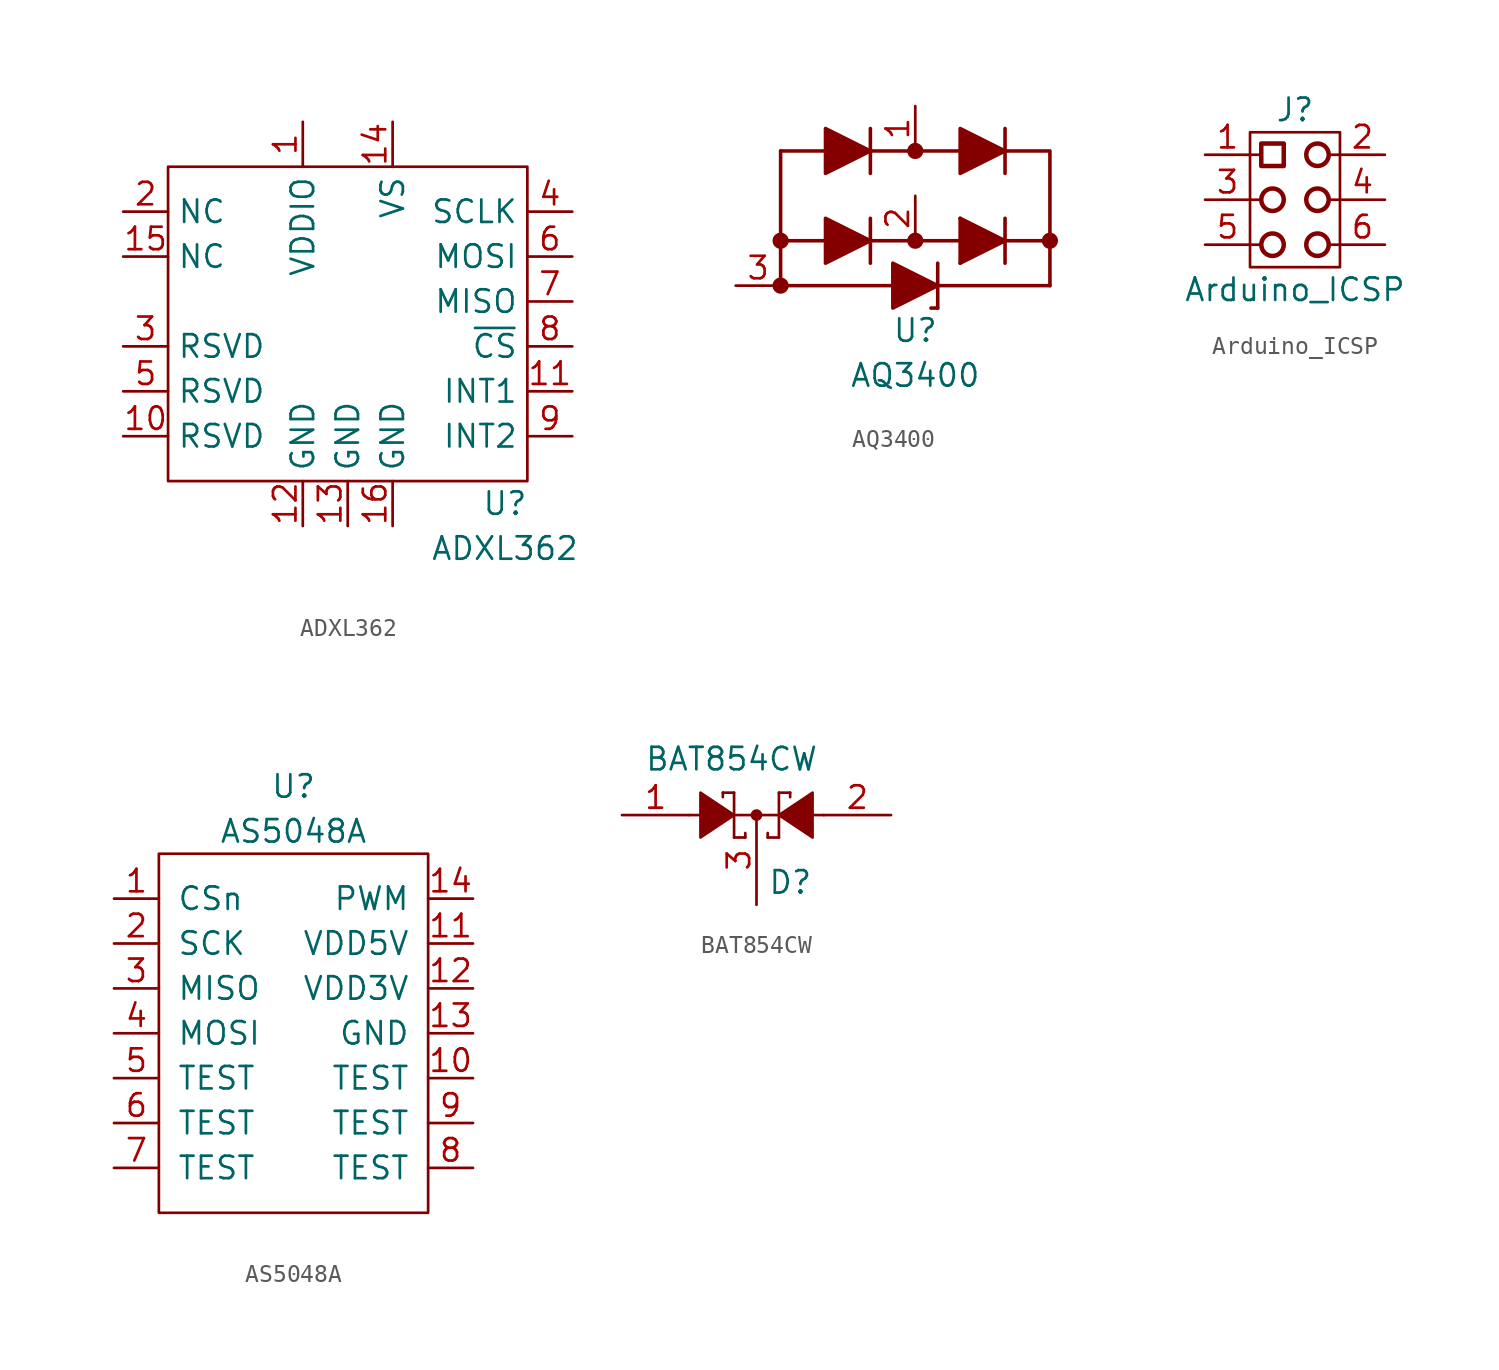
<source format=kicad_sym>
(kicad_symbol_lib
  (version 20231120)
  (generator "kicad_symbol_editor")
  (generator_version "8.0")
  (symbol "ADXL362"
    (property "Reference" "U"
      (at 8.89 -10.16 0)
      (effects (font (size 1.27 1.27))))
    (property "Value" "ADXL362"
      (at 8.89 -12.7 0)
      (effects (font (size 1.27 1.27))))
    (symbol "ADXL362_0_1"
      (rectangle (start -10.16 8.89) (end 10.16 -8.89) (stroke (width 0) (type default)) (fill (type none))))
    (symbol "ADXL362_1_1"
      (pin input line (at -2.54 11.43 270) (length 2.54) (name "VDDIO" (effects (font (size 1.27 1.27)))) (number "1" (effects (font (size 1.27 1.27)))))
      (pin input line (at -12.7 -6.35 0) (length 2.54) (name "RSVD" (effects (font (size 1.27 1.27)))) (number "10" (effects (font (size 1.27 1.27)))))
      (pin input line (at 12.7 -3.81 180) (length 2.54) (name "INT1" (effects (font (size 1.27 1.27)))) (number "11" (effects (font (size 1.27 1.27)))))
      (pin input line (at -2.54 -11.43 90) (length 2.54) (name "GND" (effects (font (size 1.27 1.27)))) (number "12" (effects (font (size 1.27 1.27)))))
      (pin input line (at 0 -11.43 90) (length 2.54) (name "GND" (effects (font (size 1.27 1.27)))) (number "13" (effects (font (size 1.27 1.27)))))
      (pin input line (at 2.54 11.43 270) (length 2.54) (name "VS" (effects (font (size 1.27 1.27)))) (number "14" (effects (font (size 1.27 1.27)))))
      (pin input line (at -12.7 3.81 0) (length 2.54) (name "NC" (effects (font (size 1.27 1.27)))) (number "15" (effects (font (size 1.27 1.27)))))
      (pin input line (at 2.54 -11.43 90) (length 2.54) (name "GND" (effects (font (size 1.27 1.27)))) (number "16" (effects (font (size 1.27 1.27)))))
      (pin input line (at -12.7 6.35 0) (length 2.54) (name "NC" (effects (font (size 1.27 1.27)))) (number "2" (effects (font (size 1.27 1.27)))))
      (pin input line (at -12.7 -1.27 0) (length 2.54) (name "RSVD" (effects (font (size 1.27 1.27)))) (number "3" (effects (font (size 1.27 1.27)))))
      (pin input line (at 12.7 6.35 180) (length 2.54) (name "SCLK" (effects (font (size 1.27 1.27)))) (number "4" (effects (font (size 1.27 1.27)))))
      (pin input line (at -12.7 -3.81 0) (length 2.54) (name "RSVD" (effects (font (size 1.27 1.27)))) (number "5" (effects (font (size 1.27 1.27)))))
      (pin input line (at 12.7 3.81 180) (length 2.54) (name "MOSI" (effects (font (size 1.27 1.27)))) (number "6" (effects (font (size 1.27 1.27)))))
      (pin input line (at 12.7 1.27 180) (length 2.54) (name "MISO" (effects (font (size 1.27 1.27)))) (number "7" (effects (font (size 1.27 1.27)))))
      (pin input line (at 12.7 -1.27 180) (length 2.54) (name "~{CS}" (effects (font (size 1.27 1.27)))) (number "8" (effects (font (size 1.27 1.27)))))
      (pin input line (at 12.7 -6.35 180) (length 2.54) (name "INT2" (effects (font (size 1.27 1.27)))) (number "9" (effects (font (size 1.27 1.27)))))))
  (symbol "AQ3400"
    (pin_names
      (offset 1.016))
    (property "Reference" "U"
      (at 0 -10.16 0)
      (effects (font (size 1.27 1.27))))
    (property "Value" "AQ3400"
      (at 0 -12.7 0)
      (effects (font (size 1.27 1.27))))
    (symbol "AQ3400_0_1"
      (circle (center -7.62 -7.62) (radius 0.356) (stroke (width 0.203) (type default)) (fill (type outline)))
      (circle (center -7.62 -5.08) (radius 0.356) (stroke (width 0.203) (type default)) (fill (type outline)))
      (circle (center 0 -5.08) (radius 0.356) (stroke (width 0.203) (type default)) (fill (type outline)))
      (polyline (pts (xy -7.62 -7.62) (xy -7.62 0)) (stroke (width 0.203) (type default)) (fill (type none)))
      (polyline (pts (xy -7.62 -7.62) (xy -1.27 -7.62)) (stroke (width 0.203) (type default)) (fill (type none)))
      (polyline (pts (xy -7.62 0) (xy -5.08 0)) (stroke (width 0.203) (type default)) (fill (type none)))
      (polyline (pts (xy -5.08 -5.08) (xy -7.62 -5.08)) (stroke (width 0.203) (type default)) (fill (type none)))
      (polyline (pts (xy -2.54 -5.08) (xy 2.54 -5.08)) (stroke (width 0.203) (type default)) (fill (type none)))
      (polyline (pts (xy -2.54 -3.81) (xy -2.54 -6.35)) (stroke (width 0.203) (type default)) (fill (type none)))
      (polyline (pts (xy -2.54 0) (xy 2.54 0)) (stroke (width 0.203) (type default)) (fill (type none)))
      (polyline (pts (xy -2.54 1.27) (xy -2.54 -1.27)) (stroke (width 0.203) (type default)) (fill (type none)))
      (polyline (pts (xy 1.27 -8.89) (xy 0.889 -8.89)) (stroke (width 0.203) (type default)) (fill (type none)))
      (polyline (pts (xy 1.27 -7.62) (xy 7.62 -7.62)) (stroke (width 0.203) (type default)) (fill (type none)))
      (polyline (pts (xy 1.27 -6.35) (xy 1.27 -8.89)) (stroke (width 0.203) (type default)) (fill (type none)))
      (polyline (pts (xy 2.54 -3.81) (xy 2.54 -6.35)) (stroke (width 0.203) (type default)) (fill (type none)))
      (polyline (pts (xy 5.08 -3.81) (xy 5.08 -6.35)) (stroke (width 0.203) (type default)) (fill (type none)))
      (polyline (pts (xy 5.08 1.27) (xy 5.08 -1.27)) (stroke (width 0.203) (type default)) (fill (type none)))
      (polyline (pts (xy 7.62 -7.62) (xy 7.62 -5.08)) (stroke (width 0.203) (type default)) (fill (type none)))
      (polyline (pts (xy 2.54 -6.35) (xy 5.08 -5.08) (xy 2.54 -3.81)) (stroke (width 0.203) (type default)) (fill (type outline)))
      (polyline (pts (xy -5.08 -3.81) (xy -5.08 -6.35) (xy -2.54 -5.08) (xy -5.08 -3.81)) (stroke (width 0.203) (type default)) (fill (type outline)))
      (polyline (pts (xy -5.08 1.27) (xy -5.08 -1.27) (xy -2.54 0) (xy -5.08 1.27)) (stroke (width 0.203) (type default)) (fill (type outline)))
      (polyline (pts (xy -1.27 -6.35) (xy -1.27 -8.89) (xy 1.27 -7.62) (xy -1.27 -6.35)) (stroke (width 0.203) (type default)) (fill (type outline)))
      (polyline (pts (xy 2.54 1.27) (xy 2.54 -1.27) (xy 5.08 0) (xy 2.54 1.27)) (stroke (width 0.203) (type default)) (fill (type outline)))
      (polyline (pts (xy 5.08 0) (xy 7.62 0) (xy 7.62 -5.08) (xy 5.08 -5.08)) (stroke (width 0.203) (type default)) (fill (type none)))
      (circle (center 0 0) (radius 0.356) (stroke (width 0.203) (type default)) (fill (type outline)))
      (circle (center 7.62 -5.08) (radius 0.356) (stroke (width 0.203) (type default)) (fill (type outline))))
    (symbol "AQ3400_1_1"
      (pin passive line (at 0 2.54 270) (length 2.54) (name "~" (effects (font (size 1.27 1.27)))) (number "1" (effects (font (size 1.27 1.27)))))
      (pin passive line (at 0 -2.54 270) (length 2.54) (name "~" (effects (font (size 1.27 1.27)))) (number "2" (effects (font (size 1.27 1.27)))))
      (pin passive line (at -10.16 -7.62 0) (length 2.54) (name "~" (effects (font (size 1.27 1.27)))) (number "3" (effects (font (size 1.27 1.27)))))))
  (symbol "Arduino_ICSP"
    (pin_names
      (offset 1.016))
    (property "Reference" "J"
      (at 0 5.08 0)
      (effects (font (size 1.27 1.27))))
    (property "Value" "Arduino_ICSP"
      (at 0 -5.08 0)
      (effects (font (size 1.27 1.27))))
    (symbol "Arduino_ICSP_0_1"
      (rectangle (start -2.54 3.81) (end 2.54 -3.81) (stroke (width 0) (type default)) (fill (type none)))
      (rectangle (start -1.905 3.175) (end -0.635 1.905) (stroke (width 0.254) (type default)) (fill (type none)))
      (circle (center -1.27 -2.54) (radius 0.635) (stroke (width 0.254) (type default)) (fill (type none)))
      (circle (center -1.27 0) (radius 0.635) (stroke (width 0.254) (type default)) (fill (type none)))
      (polyline (pts (xy -2.54 -2.54) (xy -1.905 -2.54)) (stroke (width 0) (type default)) (fill (type none)))
      (polyline (pts (xy -2.54 0) (xy -1.905 0)) (stroke (width 0) (type default)) (fill (type none)))
      (polyline (pts (xy -2.54 2.54) (xy -1.905 2.54)) (stroke (width 0) (type default)) (fill (type none)))
      (polyline (pts (xy 1.905 -2.54) (xy 2.54 -2.54)) (stroke (width 0) (type default)) (fill (type none)))
      (polyline (pts (xy 1.905 0) (xy 2.54 0)) (stroke (width 0) (type default)) (fill (type none)))
      (polyline (pts (xy 1.905 2.54) (xy 2.54 2.54)) (stroke (width 0) (type default)) (fill (type none)))
      (circle (center 1.27 -2.54) (radius 0.635) (stroke (width 0.254) (type default)) (fill (type none)))
      (circle (center 1.27 0) (radius 0.635) (stroke (width 0.254) (type default)) (fill (type none)))
      (circle (center 1.27 2.54) (radius 0.635) (stroke (width 0.254) (type default)) (fill (type none))))
    (symbol "Arduino_ICSP_1_1"
      (pin input line (at -5.08 2.54 0) (length 2.54) (name "~" (effects (font (size 1.27 1.27)))) (number "1" (effects (font (size 1.27 1.27)))))
      (pin input line (at 5.08 2.54 180) (length 2.54) (name "~" (effects (font (size 1.27 1.27)))) (number "2" (effects (font (size 1.27 1.27)))))
      (pin input line (at -5.08 0 0) (length 2.54) (name "~" (effects (font (size 1.27 1.27)))) (number "3" (effects (font (size 1.27 1.27)))))
      (pin input line (at 5.08 0 180) (length 2.54) (name "~" (effects (font (size 1.27 1.27)))) (number "4" (effects (font (size 1.27 1.27)))))
      (pin input line (at -5.08 -2.54 0) (length 2.54) (name "~" (effects (font (size 1.27 1.27)))) (number "5" (effects (font (size 1.27 1.27)))))
      (pin input line (at 5.08 -2.54 180) (length 2.54) (name "~" (effects (font (size 1.27 1.27)))) (number "6" (effects (font (size 1.27 1.27)))))))
  (symbol "AS5048A"
    (pin_names
      (offset 1.016))
    (property "Reference" "U"
      (at 0 13.97 0)
      (effects (font (size 1.27 1.27))))
    (property "Value" "AS5048A"
      (at 0 11.43 0)
      (effects (font (size 1.27 1.27))))
    (symbol "AS5048A_0_1"
      (rectangle (start -7.62 10.16) (end 7.62 -10.16) (stroke (width 0) (type default)) (fill (type none))))
    (symbol "AS5048A_1_1"
      (pin input line (at -10.16 7.62 0) (length 2.54) (name "CSn" (effects (font (size 1.27 1.27)))) (number "1" (effects (font (size 1.27 1.27)))))
      (pin input line (at 10.16 -2.54 180) (length 2.54) (name "TEST" (effects (font (size 1.27 1.27)))) (number "10" (effects (font (size 1.27 1.27)))))
      (pin input line (at 10.16 5.08 180) (length 2.54) (name "VDD5V" (effects (font (size 1.27 1.27)))) (number "11" (effects (font (size 1.27 1.27)))))
      (pin input line (at 10.16 2.54 180) (length 2.54) (name "VDD3V" (effects (font (size 1.27 1.27)))) (number "12" (effects (font (size 1.27 1.27)))))
      (pin input line (at 10.16 0 180) (length 2.54) (name "GND" (effects (font (size 1.27 1.27)))) (number "13" (effects (font (size 1.27 1.27)))))
      (pin input line (at 10.16 7.62 180) (length 2.54) (name "PWM" (effects (font (size 1.27 1.27)))) (number "14" (effects (font (size 1.27 1.27)))))
      (pin input line (at -10.16 5.08 0) (length 2.54) (name "SCK" (effects (font (size 1.27 1.27)))) (number "2" (effects (font (size 1.27 1.27)))))
      (pin input line (at -10.16 2.54 0) (length 2.54) (name "MISO" (effects (font (size 1.27 1.27)))) (number "3" (effects (font (size 1.27 1.27)))))
      (pin input line (at -10.16 0 0) (length 2.54) (name "MOSI" (effects (font (size 1.27 1.27)))) (number "4" (effects (font (size 1.27 1.27)))))
      (pin input line (at -10.16 -2.54 0) (length 2.54) (name "TEST" (effects (font (size 1.27 1.27)))) (number "5" (effects (font (size 1.27 1.27)))))
      (pin input line (at -10.16 -5.08 0) (length 2.54) (name "TEST" (effects (font (size 1.27 1.27)))) (number "6" (effects (font (size 1.27 1.27)))))
      (pin input line (at -10.16 -7.62 0) (length 2.54) (name "TEST" (effects (font (size 1.27 1.27)))) (number "7" (effects (font (size 1.27 1.27)))))
      (pin input line (at 10.16 -7.62 180) (length 2.54) (name "TEST" (effects (font (size 1.27 1.27)))) (number "8" (effects (font (size 1.27 1.27)))))
      (pin input line (at 10.16 -5.08 180) (length 2.54) (name "TEST" (effects (font (size 1.27 1.27)))) (number "9" (effects (font (size 1.27 1.27)))))))
  (symbol "BAT854CW"
    (pin_names
      (offset 1.016))
    (property "Reference" "D"
      (at 0.635 -3.81 0)
      (effects (font (size 1.27 1.27)) (justify left)))
    (property "Value" "BAT854CW"
      (at -6.35 3.175 0)
      (effects (font (size 1.27 1.27)) (justify left)))
    (symbol "BAT854CW_0_1"
      (polyline (pts (xy -1.905 0) (xy 1.905 0)) (stroke (width 0) (type default)) (fill (type none)))
      (polyline (pts (xy -1.905 1.27) (xy -1.905 1.016)) (stroke (width 0) (type default)) (fill (type none)))
      (polyline (pts (xy -1.27 -1.27) (xy -0.635 -1.27)) (stroke (width 0) (type default)) (fill (type none)))
      (polyline (pts (xy -1.27 0) (xy -3.81 0)) (stroke (width 0) (type default)) (fill (type none)))
      (polyline (pts (xy -1.27 1.27) (xy -1.905 1.27)) (stroke (width 0) (type default)) (fill (type none)))
      (polyline (pts (xy -1.27 1.27) (xy -1.27 -1.27)) (stroke (width 0) (type default)) (fill (type none)))
      (polyline (pts (xy -0.635 -1.27) (xy -0.635 -1.016)) (stroke (width 0) (type default)) (fill (type none)))
      (polyline (pts (xy 0.635 -1.27) (xy 0.635 -1.016)) (stroke (width 0) (type default)) (fill (type none)))
      (polyline (pts (xy 1.27 -1.27) (xy 0.635 -1.27)) (stroke (width 0) (type default)) (fill (type none)))
      (polyline (pts (xy 1.27 1.27) (xy 1.27 -1.27)) (stroke (width 0) (type default)) (fill (type none)))
      (polyline (pts (xy 1.27 1.27) (xy 1.905 1.27)) (stroke (width 0) (type default)) (fill (type none)))
      (polyline (pts (xy 1.905 1.27) (xy 1.905 1.016)) (stroke (width 0) (type default)) (fill (type none)))
      (polyline (pts (xy 3.81 0) (xy 1.27 0)) (stroke (width 0) (type default)) (fill (type none)))
      (polyline (pts (xy -3.175 -1.27) (xy -3.175 1.27) (xy -1.27 0) (xy -3.175 -1.27)) (stroke (width 0) (type default)) (fill (type outline)))
      (polyline (pts (xy 3.175 -1.27) (xy 3.175 1.27) (xy 1.27 0) (xy 3.175 -1.27)) (stroke (width 0) (type default)) (fill (type outline)))
      (circle (center 0 0) (radius 0.254) (stroke (width 0) (type default)) (fill (type outline))))
    (symbol "BAT854CW_1_1"
      (pin passive line (at -7.62 0 0) (length 3.81) (name "~" (effects (font (size 1.27 1.27)))) (number "1" (effects (font (size 1.27 1.27)))))
      (pin passive line (at 7.62 0 180) (length 3.81) (name "~" (effects (font (size 1.27 1.27)))) (number "2" (effects (font (size 1.27 1.27)))))
      (pin passive line (at 0 -5.08 90) (length 5.08) (name "~" (effects (font (size 1.27 1.27)))) (number "3" (effects (font (size 1.27 1.27))))))))
</source>
